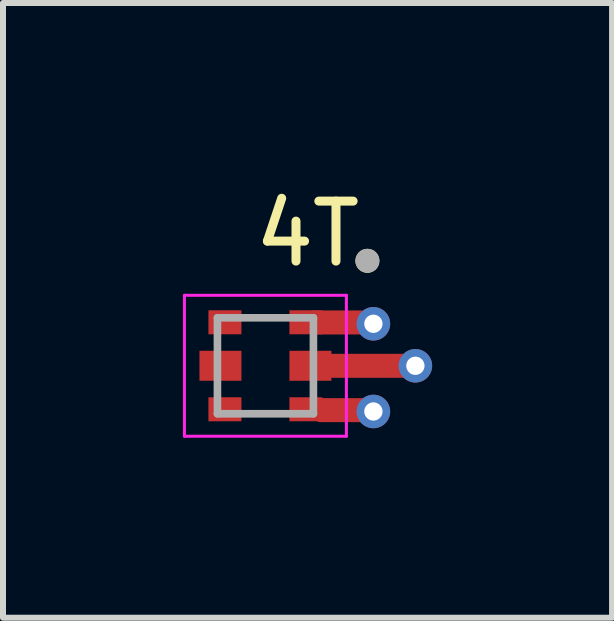
<source format=kicad_pcb>
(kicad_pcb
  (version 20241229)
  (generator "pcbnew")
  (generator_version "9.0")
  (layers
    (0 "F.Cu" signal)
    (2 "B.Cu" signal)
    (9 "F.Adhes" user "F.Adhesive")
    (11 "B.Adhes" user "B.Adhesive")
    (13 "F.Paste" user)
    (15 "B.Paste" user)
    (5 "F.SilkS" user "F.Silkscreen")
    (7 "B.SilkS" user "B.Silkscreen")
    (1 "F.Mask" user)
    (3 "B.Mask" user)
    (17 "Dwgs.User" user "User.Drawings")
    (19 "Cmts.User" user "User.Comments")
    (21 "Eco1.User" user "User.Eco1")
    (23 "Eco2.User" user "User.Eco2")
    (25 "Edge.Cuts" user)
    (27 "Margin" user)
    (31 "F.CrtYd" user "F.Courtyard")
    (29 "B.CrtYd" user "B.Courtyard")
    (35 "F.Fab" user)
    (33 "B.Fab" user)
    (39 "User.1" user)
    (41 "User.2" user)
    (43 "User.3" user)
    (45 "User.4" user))
  (footprint "4T"
    (layer "F.Cu")
    (at 1.375 3.048)
    (property "Reference" "4T" (at 0.7 -2.2 0) (layer "F.SilkS") (effects (font (size 1 1) (thickness 0.15))))
    (attr smd)
    (fp_poly (pts (xy 1.6 -0.572) (xy 0.8 -0.572) (xy 0.8 -0.872) (xy 1.6 -0.872)) (stroke (width 0.1) (type solid)) (fill yes) (layer "F.Cu"))
    (fp_poly (pts (xy 1.7 0.889) (xy 0.9 0.889) (xy 0.9 0.589) (xy 1.7 0.589)) (stroke (width 0.1) (type solid)) (fill yes) (layer "F.Cu"))
    (fp_poly (pts (xy 2.413 0.15) (xy 1.1 0.15) (xy 1.1 -0.15) (xy 2.413 -0.15)) (stroke (width 0.1) (type solid)) (fill yes) (layer "F.Cu"))
    (fp_circle (center 1.7 -1.75) (end 1.8 -1.75) (stroke (width 0.2) (type solid)) (fill no) (layer "F.SilkS"))
    (fp_line (start -1.35 -1.175) (end 1.35 -1.175) (stroke (width 0.05) (type solid)) (layer "F.CrtYd"))
    (fp_line (start -1.35 1.175) (end -1.35 -1.175) (stroke (width 0.05) (type solid)) (layer "F.CrtYd"))
    (fp_line (start 1.35 -1.175) (end 1.35 1.175) (stroke (width 0.05) (type solid)) (layer "F.CrtYd"))
    (fp_line (start 1.35 1.175) (end -1.35 1.175) (stroke (width 0.05) (type solid)) (layer "F.CrtYd"))
    (fp_line (start -0.8 -0.8) (end 0.8 -0.8) (stroke (width 0.127) (type solid)) (layer "F.Fab"))
    (fp_line (start -0.8 0.8) (end -0.8 -0.8) (stroke (width 0.127) (type solid)) (layer "F.Fab"))
    (fp_line (start 0.8 -0.8) (end 0.8 0.8) (stroke (width 0.127) (type solid)) (layer "F.Fab"))
    (fp_line (start 0.8 0.8) (end -0.8 0.8) (stroke (width 0.127) (type solid)) (layer "F.Fab"))
    (fp_circle (center 1.7 -1.75) (end 1.8 -1.75) (stroke (width 0.2) (type solid)) (fill no) (layer "F.Fab"))
    (pad "1" smd rect (at 0.675 -0.725) (size 0.55 0.4) (layers "F.Cu" "F.Mask" "F.Paste"))
    (pad "1" thru_hole circle (at 1.8 -0.7) (size 0.559 0.559) (drill 0.305) (layers "*.Cu" "*.Mask"))
    (pad "2" smd rect (at -0.675 -0.725) (size 0.55 0.4) (layers "F.Cu" "F.Mask" "F.Paste"))
    (pad "3" smd rect (at 0.75 0) (size 0.7 0.5) (layers "F.Cu" "F.Mask" "F.Paste"))
    (pad "3" thru_hole circle (at 2.5 0) (size 0.559 0.559) (drill 0.305) (layers "*.Cu" "*.Mask"))
    (pad "4" smd rect (at -0.75 0) (size 0.7 0.5) (layers "F.Cu" "F.Mask" "F.Paste"))
    (pad "5" smd rect (at 0.675 0.725) (size 0.55 0.4) (layers "F.Cu" "F.Mask" "F.Paste"))
    (pad "5" thru_hole circle (at 1.8 0.762) (size 0.559 0.559) (drill 0.305) (layers "*.Cu" "*.Mask"))
    (pad "6" smd rect (at -0.675 0.725) (size 0.55 0.4) (layers "F.Cu" "F.Mask" "F.Paste")))
  (gr_rect
    (start -3 -3)
    (end 7.154 7.248)
    (stroke (width 0.1) (type default))
    (fill no)
    (layer "Edge.Cuts")))
</source>
